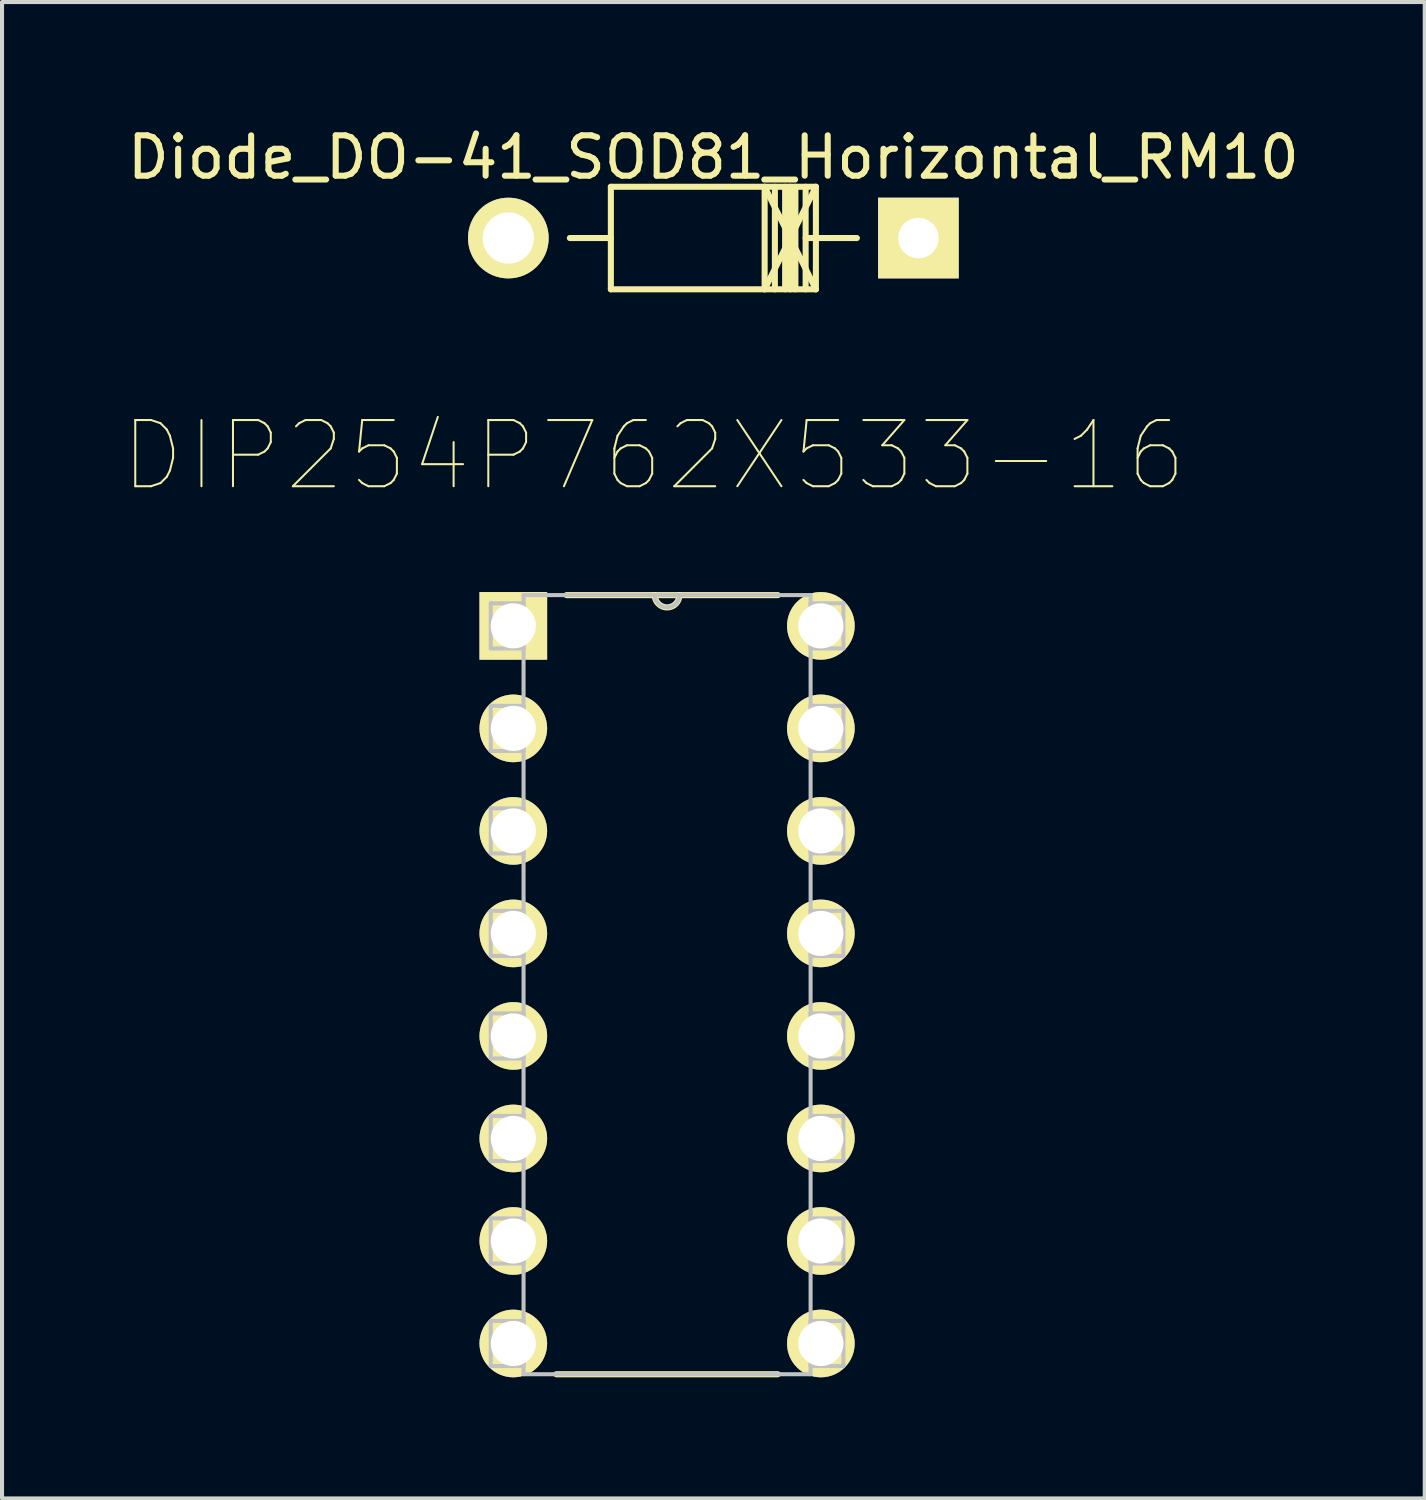
<source format=kicad_pcb>
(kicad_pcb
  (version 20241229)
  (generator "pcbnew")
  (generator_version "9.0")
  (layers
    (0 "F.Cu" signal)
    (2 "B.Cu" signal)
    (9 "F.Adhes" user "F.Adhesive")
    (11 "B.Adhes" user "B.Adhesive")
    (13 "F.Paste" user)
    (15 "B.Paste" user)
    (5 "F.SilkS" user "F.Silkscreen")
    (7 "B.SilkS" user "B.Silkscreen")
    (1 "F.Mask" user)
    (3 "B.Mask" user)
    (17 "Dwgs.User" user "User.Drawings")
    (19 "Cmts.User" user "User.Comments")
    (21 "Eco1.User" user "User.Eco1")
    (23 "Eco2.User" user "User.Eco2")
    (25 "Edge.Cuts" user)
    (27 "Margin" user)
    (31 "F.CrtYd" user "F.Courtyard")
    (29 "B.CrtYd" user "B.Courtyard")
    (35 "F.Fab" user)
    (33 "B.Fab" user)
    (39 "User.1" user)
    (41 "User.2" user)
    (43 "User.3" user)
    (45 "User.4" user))
  (footprint "Diode_DO-41_SOD81_Horizontal_RM10"
    (layer "F.Cu")
    (at 14.625 2.848)
    (property "Reference" "Diode_DO-41_SOD81_Horizontal_RM10" (at 0 -2 0) (layer "F.SilkS") (effects (font (size 1 1) (thickness 0.15))))
    (attr through_hole)
    (fp_line (start -2.54 -1.27) (end -2.54 1.27) (stroke (width 0.15) (type solid)) (layer "F.SilkS"))
    (fp_line (start -2.54 0) (end -3.556 0) (stroke (width 0.15) (type solid)) (layer "F.SilkS"))
    (fp_line (start -2.54 1.27) (end 2.54 1.27) (stroke (width 0.15) (type solid)) (layer "F.SilkS"))
    (fp_line (start 1.27 -1.27) (end 1.27 1.27) (stroke (width 0.15) (type solid)) (layer "F.SilkS"))
    (fp_line (start 1.27 -1.27) (end 2.54 1.27) (stroke (width 0.15) (type solid)) (layer "F.SilkS"))
    (fp_line (start 1.524 -1.27) (end 1.524 1.27) (stroke (width 0.15) (type solid)) (layer "F.SilkS"))
    (fp_line (start 1.778 -1.27) (end 1.778 1.27) (stroke (width 0.15) (type solid)) (layer "F.SilkS"))
    (fp_line (start 1.905 -1.27) (end 1.905 1.27) (stroke (width 0.15) (type solid)) (layer "F.SilkS"))
    (fp_line (start 2.032 -1.27) (end 2.032 1.27) (stroke (width 0.15) (type solid)) (layer "F.SilkS"))
    (fp_line (start 2.286 -1.27) (end 2.286 1.27) (stroke (width 0.15) (type solid)) (layer "F.SilkS"))
    (fp_line (start 2.286 0) (end 3.556 0) (stroke (width 0.15) (type solid)) (layer "F.SilkS"))
    (fp_line (start 2.54 -1.27) (end -2.54 -1.27) (stroke (width 0.15) (type solid)) (layer "F.SilkS"))
    (fp_line (start 2.54 -1.27) (end 1.27 1.27) (stroke (width 0.15) (type solid)) (layer "F.SilkS"))
    (fp_line (start 2.54 1.27) (end 2.54 -1.27) (stroke (width 0.15) (type solid)) (layer "F.SilkS"))
    (pad "1" thru_hole rect (at 5.08 0) (size 1.999 1.999) (drill 1.001) (layers "*.Cu" "*.Mask" "F.SilkS"))
    (pad "2" thru_hole circle (at -5.08 0) (size 1.999 1.999) (drill 1.27) (layers "*.Cu" "*.Mask" "F.SilkS")))
  (footprint "DIP254P762X533-16"
    (layer "F.Cu")
    (at 17.288 30.237)
    (property "Reference" "DIP254P762X533-16" (at -4.14 -21.996 0) (layer "F.SilkS") (effects (font (size 1.64 1.64) (thickness 0.05))))
    (attr through_hole)
    (fp_line (start -6.553 0.762) (end -1.067 0.762) (stroke (width 0.152) (type solid)) (layer "F.SilkS"))
    (fp_line (start -4.115 -18.542) (end -6.299 -18.542) (stroke (width 0.152) (type solid)) (layer "F.SilkS"))
    (fp_line (start -3.505 -18.542) (end -4.115 -18.542) (stroke (width 0.152) (type solid)) (layer "F.SilkS"))
    (fp_line (start -1.067 -18.542) (end -3.505 -18.542) (stroke (width 0.152) (type solid)) (layer "F.SilkS"))
    (fp_arc (start -3.5052 -18.542) (mid -3.81 -18.2372) (end -4.1148 -18.542) (stroke (width 0.1524) (type solid)) (layer "F.SilkS"))
    (fp_line (start -8.179 -18.339) (end -8.179 -17.221) (stroke (width 0.1) (type solid)) (layer "Dwgs.User"))
    (fp_line (start -8.179 -17.221) (end -7.366 -17.221) (stroke (width 0.1) (type solid)) (layer "Dwgs.User"))
    (fp_line (start -8.179 -15.799) (end -8.179 -14.681) (stroke (width 0.1) (type solid)) (layer "Dwgs.User"))
    (fp_line (start -8.179 -14.681) (end -7.366 -14.681) (stroke (width 0.1) (type solid)) (layer "Dwgs.User"))
    (fp_line (start -8.179 -13.259) (end -8.179 -12.141) (stroke (width 0.1) (type solid)) (layer "Dwgs.User"))
    (fp_line (start -8.179 -12.141) (end -7.366 -12.141) (stroke (width 0.1) (type solid)) (layer "Dwgs.User"))
    (fp_line (start -8.179 -10.719) (end -8.179 -9.601) (stroke (width 0.1) (type solid)) (layer "Dwgs.User"))
    (fp_line (start -8.179 -9.601) (end -7.366 -9.601) (stroke (width 0.1) (type solid)) (layer "Dwgs.User"))
    (fp_line (start -8.179 -8.179) (end -8.179 -7.061) (stroke (width 0.1) (type solid)) (layer "Dwgs.User"))
    (fp_line (start -8.179 -7.061) (end -7.366 -7.061) (stroke (width 0.1) (type solid)) (layer "Dwgs.User"))
    (fp_line (start -8.179 -5.639) (end -8.179 -4.521) (stroke (width 0.1) (type solid)) (layer "Dwgs.User"))
    (fp_line (start -8.179 -4.521) (end -7.366 -4.521) (stroke (width 0.1) (type solid)) (layer "Dwgs.User"))
    (fp_line (start -8.179 -3.099) (end -8.179 -1.981) (stroke (width 0.1) (type solid)) (layer "Dwgs.User"))
    (fp_line (start -8.179 -1.981) (end -7.366 -1.981) (stroke (width 0.1) (type solid)) (layer "Dwgs.User"))
    (fp_line (start -8.179 -0.559) (end -8.179 0.559) (stroke (width 0.1) (type solid)) (layer "Dwgs.User"))
    (fp_line (start -8.179 0.559) (end -7.366 0.559) (stroke (width 0.1) (type solid)) (layer "Dwgs.User"))
    (fp_line (start -7.366 -18.542) (end -7.366 0.762) (stroke (width 0.1) (type solid)) (layer "Dwgs.User"))
    (fp_line (start -7.366 -18.339) (end -8.179 -18.339) (stroke (width 0.1) (type solid)) (layer "Dwgs.User"))
    (fp_line (start -7.366 -17.221) (end -7.366 -18.339) (stroke (width 0.1) (type solid)) (layer "Dwgs.User"))
    (fp_line (start -7.366 -15.799) (end -8.179 -15.799) (stroke (width 0.1) (type solid)) (layer "Dwgs.User"))
    (fp_line (start -7.366 -14.681) (end -7.366 -15.799) (stroke (width 0.1) (type solid)) (layer "Dwgs.User"))
    (fp_line (start -7.366 -13.259) (end -8.179 -13.259) (stroke (width 0.1) (type solid)) (layer "Dwgs.User"))
    (fp_line (start -7.366 -12.141) (end -7.366 -13.259) (stroke (width 0.1) (type solid)) (layer "Dwgs.User"))
    (fp_line (start -7.366 -10.719) (end -8.179 -10.719) (stroke (width 0.1) (type solid)) (layer "Dwgs.User"))
    (fp_line (start -7.366 -9.601) (end -7.366 -10.719) (stroke (width 0.1) (type solid)) (layer "Dwgs.User"))
    (fp_line (start -7.366 -8.179) (end -8.179 -8.179) (stroke (width 0.1) (type solid)) (layer "Dwgs.User"))
    (fp_line (start -7.366 -7.061) (end -7.366 -8.179) (stroke (width 0.1) (type solid)) (layer "Dwgs.User"))
    (fp_line (start -7.366 -5.639) (end -8.179 -5.639) (stroke (width 0.1) (type solid)) (layer "Dwgs.User"))
    (fp_line (start -7.366 -4.521) (end -7.366 -5.639) (stroke (width 0.1) (type solid)) (layer "Dwgs.User"))
    (fp_line (start -7.366 -3.099) (end -8.179 -3.099) (stroke (width 0.1) (type solid)) (layer "Dwgs.User"))
    (fp_line (start -7.366 -1.981) (end -7.366 -3.099) (stroke (width 0.1) (type solid)) (layer "Dwgs.User"))
    (fp_line (start -7.366 -0.559) (end -8.179 -0.559) (stroke (width 0.1) (type solid)) (layer "Dwgs.User"))
    (fp_line (start -7.366 0.559) (end -7.366 -0.559) (stroke (width 0.1) (type solid)) (layer "Dwgs.User"))
    (fp_line (start -7.366 0.762) (end -0.254 0.762) (stroke (width 0.1) (type solid)) (layer "Dwgs.User"))
    (fp_line (start -4.115 -18.542) (end -7.366 -18.542) (stroke (width 0.1) (type solid)) (layer "Dwgs.User"))
    (fp_line (start -3.505 -18.542) (end -4.115 -18.542) (stroke (width 0.1) (type solid)) (layer "Dwgs.User"))
    (fp_line (start -0.254 -18.542) (end -3.505 -18.542) (stroke (width 0.1) (type solid)) (layer "Dwgs.User"))
    (fp_line (start -0.254 -18.339) (end -0.254 -17.221) (stroke (width 0.1) (type solid)) (layer "Dwgs.User"))
    (fp_line (start -0.254 -17.221) (end 0.559 -17.221) (stroke (width 0.1) (type solid)) (layer "Dwgs.User"))
    (fp_line (start -0.254 -15.799) (end -0.254 -14.681) (stroke (width 0.1) (type solid)) (layer "Dwgs.User"))
    (fp_line (start -0.254 -14.681) (end 0.559 -14.681) (stroke (width 0.1) (type solid)) (layer "Dwgs.User"))
    (fp_line (start -0.254 -13.259) (end -0.254 -12.141) (stroke (width 0.1) (type solid)) (layer "Dwgs.User"))
    (fp_line (start -0.254 -12.141) (end 0.559 -12.141) (stroke (width 0.1) (type solid)) (layer "Dwgs.User"))
    (fp_line (start -0.254 -10.719) (end -0.254 -9.601) (stroke (width 0.1) (type solid)) (layer "Dwgs.User"))
    (fp_line (start -0.254 -9.601) (end 0.559 -9.601) (stroke (width 0.1) (type solid)) (layer "Dwgs.User"))
    (fp_line (start -0.254 -8.179) (end -0.254 -7.061) (stroke (width 0.1) (type solid)) (layer "Dwgs.User"))
    (fp_line (start -0.254 -7.061) (end 0.559 -7.061) (stroke (width 0.1) (type solid)) (layer "Dwgs.User"))
    (fp_line (start -0.254 -5.639) (end -0.254 -4.521) (stroke (width 0.1) (type solid)) (layer "Dwgs.User"))
    (fp_line (start -0.254 -4.521) (end 0.559 -4.521) (stroke (width 0.1) (type solid)) (layer "Dwgs.User"))
    (fp_line (start -0.254 -3.099) (end -0.254 -1.981) (stroke (width 0.1) (type solid)) (layer "Dwgs.User"))
    (fp_line (start -0.254 -1.981) (end 0.559 -1.981) (stroke (width 0.1) (type solid)) (layer "Dwgs.User"))
    (fp_line (start -0.254 -0.559) (end -0.254 0.559) (stroke (width 0.1) (type solid)) (layer "Dwgs.User"))
    (fp_line (start -0.254 0.559) (end 0.559 0.559) (stroke (width 0.1) (type solid)) (layer "Dwgs.User"))
    (fp_line (start -0.254 0.762) (end -0.254 -18.542) (stroke (width 0.1) (type solid)) (layer "Dwgs.User"))
    (fp_line (start 0.559 -18.339) (end -0.254 -18.339) (stroke (width 0.1) (type solid)) (layer "Dwgs.User"))
    (fp_line (start 0.559 -17.221) (end 0.559 -18.339) (stroke (width 0.1) (type solid)) (layer "Dwgs.User"))
    (fp_line (start 0.559 -15.799) (end -0.254 -15.799) (stroke (width 0.1) (type solid)) (layer "Dwgs.User"))
    (fp_line (start 0.559 -14.681) (end 0.559 -15.799) (stroke (width 0.1) (type solid)) (layer "Dwgs.User"))
    (fp_line (start 0.559 -13.259) (end -0.254 -13.259) (stroke (width 0.1) (type solid)) (layer "Dwgs.User"))
    (fp_line (start 0.559 -12.141) (end 0.559 -13.259) (stroke (width 0.1) (type solid)) (layer "Dwgs.User"))
    (fp_line (start 0.559 -10.719) (end -0.254 -10.719) (stroke (width 0.1) (type solid)) (layer "Dwgs.User"))
    (fp_line (start 0.559 -9.601) (end 0.559 -10.719) (stroke (width 0.1) (type solid)) (layer "Dwgs.User"))
    (fp_line (start 0.559 -8.179) (end -0.254 -8.179) (stroke (width 0.1) (type solid)) (layer "Dwgs.User"))
    (fp_line (start 0.559 -7.061) (end 0.559 -8.179) (stroke (width 0.1) (type solid)) (layer "Dwgs.User"))
    (fp_line (start 0.559 -5.639) (end -0.254 -5.639) (stroke (width 0.1) (type solid)) (layer "Dwgs.User"))
    (fp_line (start 0.559 -4.521) (end 0.559 -5.639) (stroke (width 0.1) (type solid)) (layer "Dwgs.User"))
    (fp_line (start 0.559 -3.099) (end -0.254 -3.099) (stroke (width 0.1) (type solid)) (layer "Dwgs.User"))
    (fp_line (start 0.559 -1.981) (end 0.559 -3.099) (stroke (width 0.1) (type solid)) (layer "Dwgs.User"))
    (fp_line (start 0.559 -0.559) (end -0.254 -0.559) (stroke (width 0.1) (type solid)) (layer "Dwgs.User"))
    (fp_line (start 0.559 0.559) (end 0.559 -0.559) (stroke (width 0.1) (type solid)) (layer "Dwgs.User"))
    (fp_arc (start -3.5052 -18.542) (mid -3.81 -18.2372) (end -4.1148 -18.542) (stroke (width 0.1) (type solid)) (layer "Dwgs.User"))
    (pad "1" thru_hole rect (at -7.62 -17.78) (size 1.676 1.676) (drill 1.118) (layers "*.Cu" "*.Mask" "F.SilkS"))
    (pad "2" thru_hole circle (at -7.62 -15.24) (size 1.676 1.676) (drill 1.118) (layers "*.Cu" "*.Mask" "F.SilkS"))
    (pad "3" thru_hole circle (at -7.62 -12.7) (size 1.676 1.676) (drill 1.118) (layers "*.Cu" "*.Mask" "F.SilkS"))
    (pad "4" thru_hole circle (at -7.62 -10.16) (size 1.676 1.676) (drill 1.118) (layers "*.Cu" "*.Mask" "F.SilkS"))
    (pad "5" thru_hole circle (at -7.62 -7.62) (size 1.676 1.676) (drill 1.118) (layers "*.Cu" "*.Mask" "F.SilkS"))
    (pad "6" thru_hole circle (at -7.62 -5.08) (size 1.676 1.676) (drill 1.118) (layers "*.Cu" "*.Mask" "F.SilkS"))
    (pad "7" thru_hole circle (at -7.62 -2.54) (size 1.676 1.676) (drill 1.118) (layers "*.Cu" "*.Mask" "F.SilkS"))
    (pad "8" thru_hole circle (at -7.62 0) (size 1.676 1.676) (drill 1.118) (layers "*.Cu" "*.Mask" "F.SilkS"))
    (pad "9" thru_hole circle (at 0 0) (size 1.676 1.676) (drill 1.118) (layers "*.Cu" "*.Mask" "F.SilkS"))
    (pad "10" thru_hole circle (at 0 -2.54) (size 1.676 1.676) (drill 1.118) (layers "*.Cu" "*.Mask" "F.SilkS"))
    (pad "11" thru_hole circle (at 0 -5.08) (size 1.676 1.676) (drill 1.118) (layers "*.Cu" "*.Mask" "F.SilkS"))
    (pad "12" thru_hole circle (at 0 -7.62) (size 1.676 1.676) (drill 1.118) (layers "*.Cu" "*.Mask" "F.SilkS"))
    (pad "13" thru_hole circle (at 0 -10.16) (size 1.676 1.676) (drill 1.118) (layers "*.Cu" "*.Mask" "F.SilkS"))
    (pad "14" thru_hole circle (at 0 -12.7) (size 1.676 1.676) (drill 1.118) (layers "*.Cu" "*.Mask" "F.SilkS"))
    (pad "15" thru_hole circle (at 0 -15.24) (size 1.676 1.676) (drill 1.118) (layers "*.Cu" "*.Mask" "F.SilkS"))
    (pad "16" thru_hole circle (at 0 -17.78) (size 1.676 1.676) (drill 1.118) (layers "*.Cu" "*.Mask" "F.SilkS")))
  (gr_rect
    (start -3 -3)
    (end 32.25 34.075)
    (stroke (width 0.1) (type default))
    (fill no)
    (layer "Edge.Cuts")))
</source>
